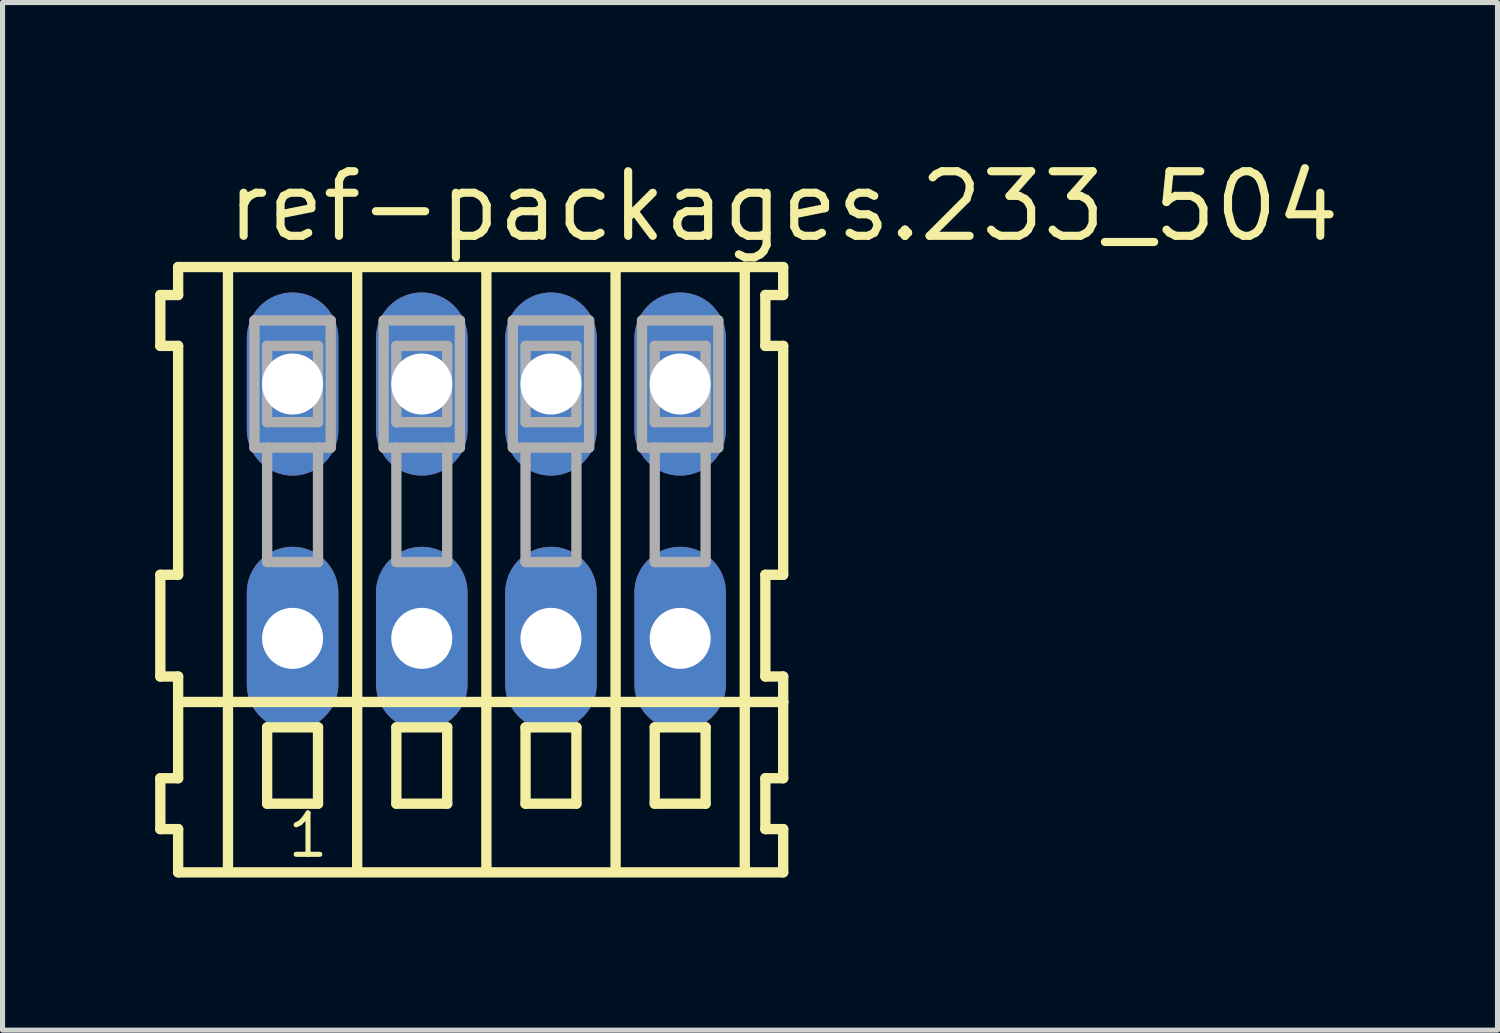
<source format=kicad_pcb>
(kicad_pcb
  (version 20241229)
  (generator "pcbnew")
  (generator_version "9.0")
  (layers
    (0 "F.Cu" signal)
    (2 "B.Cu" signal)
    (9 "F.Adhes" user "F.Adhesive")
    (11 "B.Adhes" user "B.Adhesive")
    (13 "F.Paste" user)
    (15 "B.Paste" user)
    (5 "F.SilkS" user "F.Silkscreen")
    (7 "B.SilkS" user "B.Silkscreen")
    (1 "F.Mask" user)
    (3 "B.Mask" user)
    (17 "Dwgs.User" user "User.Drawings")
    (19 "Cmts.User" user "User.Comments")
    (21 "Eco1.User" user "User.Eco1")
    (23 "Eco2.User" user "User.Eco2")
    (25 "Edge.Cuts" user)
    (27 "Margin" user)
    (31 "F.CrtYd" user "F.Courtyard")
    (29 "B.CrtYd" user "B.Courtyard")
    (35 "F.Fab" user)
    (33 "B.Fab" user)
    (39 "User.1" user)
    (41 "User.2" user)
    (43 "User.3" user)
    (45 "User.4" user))
  (footprint "ref-packages.233_504"
    (layer "F.Cu")
    (at 6.512 7)
    (property "Reference" "ref-packages.233_504" (at -5.18 -5.25 0) (layer "F.SilkS") (effects (font (size 1.27 1.27) (thickness 0.16)) (justify left bottom)))
    (attr through_hole)
    (fp_line (start -6.41 -4.25) (end -6.41 -3.25) (stroke (width 0.203) (type default)) (layer "F.SilkS"))
    (fp_line (start -6.41 -3.25) (end -6.06 -3.25) (stroke (width 0.203) (type default)) (layer "F.SilkS"))
    (fp_line (start -6.41 1.25) (end -6.41 3.25) (stroke (width 0.203) (type default)) (layer "F.SilkS"))
    (fp_line (start -6.41 3.25) (end -6.06 3.25) (stroke (width 0.203) (type default)) (layer "F.SilkS"))
    (fp_line (start -6.41 5.25) (end -6.41 6.25) (stroke (width 0.203) (type default)) (layer "F.SilkS"))
    (fp_line (start -6.41 6.25) (end -6.06 6.25) (stroke (width 0.203) (type default)) (layer "F.SilkS"))
    (fp_line (start -6.06 -4.8) (end -6.06 -4.25) (stroke (width 0.203) (type default)) (layer "F.SilkS"))
    (fp_line (start -6.06 -4.25) (end -6.41 -4.25) (stroke (width 0.203) (type default)) (layer "F.SilkS"))
    (fp_line (start -6.06 -3.25) (end -6.06 1.25) (stroke (width 0.203) (type default)) (layer "F.SilkS"))
    (fp_line (start -6.06 1.25) (end -6.41 1.25) (stroke (width 0.203) (type default)) (layer "F.SilkS"))
    (fp_line (start -6.06 3.25) (end -6.06 5.25) (stroke (width 0.203) (type default)) (layer "F.SilkS"))
    (fp_line (start -6.06 3.75) (end 5.835 3.75) (stroke (width 0.203) (type default)) (layer "F.SilkS"))
    (fp_line (start -6.06 5.25) (end -6.41 5.25) (stroke (width 0.203) (type default)) (layer "F.SilkS"))
    (fp_line (start -6.06 6.25) (end -6.06 7.1) (stroke (width 0.203) (type default)) (layer "F.SilkS"))
    (fp_line (start -6.06 7.1) (end 5.835 7.1) (stroke (width 0.203) (type default)) (layer "F.SilkS"))
    (fp_line (start -5.08 6.985) (end -5.08 -4.699) (stroke (width 0.203) (type default)) (layer "F.SilkS"))
    (fp_line (start -4.31 4.25) (end -4.31 5.75) (stroke (width 0.203) (type default)) (layer "F.SilkS"))
    (fp_line (start -4.31 5.75) (end -3.31 5.75) (stroke (width 0.203) (type default)) (layer "F.SilkS"))
    (fp_line (start -3.31 4.25) (end -4.31 4.25) (stroke (width 0.203) (type default)) (layer "F.SilkS"))
    (fp_line (start -3.31 5.75) (end -3.31 4.25) (stroke (width 0.203) (type default)) (layer "F.SilkS"))
    (fp_line (start -2.54 6.985) (end -2.54 -4.699) (stroke (width 0.203) (type default)) (layer "F.SilkS"))
    (fp_line (start -1.77 4.25) (end -1.77 5.75) (stroke (width 0.203) (type default)) (layer "F.SilkS"))
    (fp_line (start -1.77 5.75) (end -0.77 5.75) (stroke (width 0.203) (type default)) (layer "F.SilkS"))
    (fp_line (start -0.77 4.25) (end -1.77 4.25) (stroke (width 0.203) (type default)) (layer "F.SilkS"))
    (fp_line (start -0.77 5.75) (end -0.77 4.25) (stroke (width 0.203) (type default)) (layer "F.SilkS"))
    (fp_line (start 0 6.985) (end 0 -4.699) (stroke (width 0.203) (type default)) (layer "F.SilkS"))
    (fp_line (start 0.77 4.25) (end 0.77 5.75) (stroke (width 0.203) (type default)) (layer "F.SilkS"))
    (fp_line (start 0.77 5.75) (end 1.77 5.75) (stroke (width 0.203) (type default)) (layer "F.SilkS"))
    (fp_line (start 1.77 4.25) (end 0.77 4.25) (stroke (width 0.203) (type default)) (layer "F.SilkS"))
    (fp_line (start 1.77 5.75) (end 1.77 4.25) (stroke (width 0.203) (type default)) (layer "F.SilkS"))
    (fp_line (start 2.54 6.985) (end 2.54 -4.699) (stroke (width 0.203) (type default)) (layer "F.SilkS"))
    (fp_line (start 3.31 4.25) (end 3.31 5.75) (stroke (width 0.203) (type default)) (layer "F.SilkS"))
    (fp_line (start 3.31 5.75) (end 4.31 5.75) (stroke (width 0.203) (type default)) (layer "F.SilkS"))
    (fp_line (start 4.31 4.25) (end 3.31 4.25) (stroke (width 0.203) (type default)) (layer "F.SilkS"))
    (fp_line (start 4.31 5.75) (end 4.31 4.25) (stroke (width 0.203) (type default)) (layer "F.SilkS"))
    (fp_line (start 5.08 6.985) (end 5.08 -4.699) (stroke (width 0.203) (type default)) (layer "F.SilkS"))
    (fp_line (start 5.485 -4.25) (end 5.485 -3.25) (stroke (width 0.203) (type default)) (layer "F.SilkS"))
    (fp_line (start 5.485 -3.25) (end 5.835 -3.25) (stroke (width 0.203) (type default)) (layer "F.SilkS"))
    (fp_line (start 5.485 1.25) (end 5.485 3.25) (stroke (width 0.203) (type default)) (layer "F.SilkS"))
    (fp_line (start 5.485 3.25) (end 5.835 3.25) (stroke (width 0.203) (type default)) (layer "F.SilkS"))
    (fp_line (start 5.485 5.25) (end 5.485 6.25) (stroke (width 0.203) (type default)) (layer "F.SilkS"))
    (fp_line (start 5.485 6.25) (end 5.835 6.25) (stroke (width 0.203) (type default)) (layer "F.SilkS"))
    (fp_line (start 5.835 -4.8) (end -6.06 -4.8) (stroke (width 0.203) (type default)) (layer "F.SilkS"))
    (fp_line (start 5.835 -4.25) (end 5.485 -4.25) (stroke (width 0.203) (type default)) (layer "F.SilkS"))
    (fp_line (start 5.835 -4.25) (end 5.835 -4.8) (stroke (width 0.203) (type default)) (layer "F.SilkS"))
    (fp_line (start 5.835 1.25) (end 5.485 1.25) (stroke (width 0.203) (type default)) (layer "F.SilkS"))
    (fp_line (start 5.835 1.25) (end 5.835 -3.25) (stroke (width 0.203) (type default)) (layer "F.SilkS"))
    (fp_line (start 5.835 3.75) (end 5.835 3.25) (stroke (width 0.203) (type default)) (layer "F.SilkS"))
    (fp_line (start 5.835 5.25) (end 5.485 5.25) (stroke (width 0.203) (type default)) (layer "F.SilkS"))
    (fp_line (start 5.835 5.25) (end 5.835 3.75) (stroke (width 0.203) (type default)) (layer "F.SilkS"))
    (fp_line (start 5.835 7.1) (end 5.835 6.25) (stroke (width 0.203) (type default)) (layer "F.SilkS"))
    (fp_line (start -4.56 -3.75) (end -4.56 -1.25) (stroke (width 0.203) (type default)) (layer "F.Fab"))
    (fp_line (start -4.56 -1.25) (end -4.31 -1.25) (stroke (width 0.203) (type default)) (layer "F.Fab"))
    (fp_line (start -4.31 -3.25) (end -4.31 -1.75) (stroke (width 0.203) (type default)) (layer "F.Fab"))
    (fp_line (start -4.31 -1.75) (end -3.31 -1.75) (stroke (width 0.203) (type default)) (layer "F.Fab"))
    (fp_line (start -4.31 -1.25) (end -4.31 1) (stroke (width 0.203) (type default)) (layer "F.Fab"))
    (fp_line (start -4.31 -1.25) (end -3.31 -1.25) (stroke (width 0.203) (type default)) (layer "F.Fab"))
    (fp_line (start -4.31 1) (end -3.31 1) (stroke (width 0.203) (type default)) (layer "F.Fab"))
    (fp_line (start -3.31 -3.25) (end -4.31 -3.25) (stroke (width 0.203) (type default)) (layer "F.Fab"))
    (fp_line (start -3.31 -1.75) (end -3.31 -3.25) (stroke (width 0.203) (type default)) (layer "F.Fab"))
    (fp_line (start -3.31 -1.25) (end -3.06 -1.25) (stroke (width 0.203) (type default)) (layer "F.Fab"))
    (fp_line (start -3.31 1) (end -3.31 -1.25) (stroke (width 0.203) (type default)) (layer "F.Fab"))
    (fp_line (start -3.06 -3.75) (end -4.56 -3.75) (stroke (width 0.203) (type default)) (layer "F.Fab"))
    (fp_line (start -3.06 -1.25) (end -3.06 -3.75) (stroke (width 0.203) (type default)) (layer "F.Fab"))
    (fp_line (start -2.02 -3.75) (end -2.02 -1.25) (stroke (width 0.203) (type default)) (layer "F.Fab"))
    (fp_line (start -2.02 -1.25) (end -1.77 -1.25) (stroke (width 0.203) (type default)) (layer "F.Fab"))
    (fp_line (start -1.77 -3.25) (end -1.77 -1.75) (stroke (width 0.203) (type default)) (layer "F.Fab"))
    (fp_line (start -1.77 -1.75) (end -0.77 -1.75) (stroke (width 0.203) (type default)) (layer "F.Fab"))
    (fp_line (start -1.77 -1.25) (end -1.77 1) (stroke (width 0.203) (type default)) (layer "F.Fab"))
    (fp_line (start -1.77 -1.25) (end -0.77 -1.25) (stroke (width 0.203) (type default)) (layer "F.Fab"))
    (fp_line (start -1.77 1) (end -0.77 1) (stroke (width 0.203) (type default)) (layer "F.Fab"))
    (fp_line (start -0.77 -3.25) (end -1.77 -3.25) (stroke (width 0.203) (type default)) (layer "F.Fab"))
    (fp_line (start -0.77 -1.75) (end -0.77 -3.25) (stroke (width 0.203) (type default)) (layer "F.Fab"))
    (fp_line (start -0.77 -1.25) (end -0.52 -1.25) (stroke (width 0.203) (type default)) (layer "F.Fab"))
    (fp_line (start -0.77 1) (end -0.77 -1.25) (stroke (width 0.203) (type default)) (layer "F.Fab"))
    (fp_line (start -0.52 -3.75) (end -2.02 -3.75) (stroke (width 0.203) (type default)) (layer "F.Fab"))
    (fp_line (start -0.52 -1.25) (end -0.52 -3.75) (stroke (width 0.203) (type default)) (layer "F.Fab"))
    (fp_line (start 0.52 -3.75) (end 0.52 -1.25) (stroke (width 0.203) (type default)) (layer "F.Fab"))
    (fp_line (start 0.52 -1.25) (end 0.77 -1.25) (stroke (width 0.203) (type default)) (layer "F.Fab"))
    (fp_line (start 0.77 -3.25) (end 0.77 -1.75) (stroke (width 0.203) (type default)) (layer "F.Fab"))
    (fp_line (start 0.77 -1.75) (end 1.77 -1.75) (stroke (width 0.203) (type default)) (layer "F.Fab"))
    (fp_line (start 0.77 -1.25) (end 0.77 1) (stroke (width 0.203) (type default)) (layer "F.Fab"))
    (fp_line (start 0.77 -1.25) (end 1.77 -1.25) (stroke (width 0.203) (type default)) (layer "F.Fab"))
    (fp_line (start 0.77 1) (end 1.77 1) (stroke (width 0.203) (type default)) (layer "F.Fab"))
    (fp_line (start 1.77 -3.25) (end 0.77 -3.25) (stroke (width 0.203) (type default)) (layer "F.Fab"))
    (fp_line (start 1.77 -1.75) (end 1.77 -3.25) (stroke (width 0.203) (type default)) (layer "F.Fab"))
    (fp_line (start 1.77 -1.25) (end 2.02 -1.25) (stroke (width 0.203) (type default)) (layer "F.Fab"))
    (fp_line (start 1.77 1) (end 1.77 -1.25) (stroke (width 0.203) (type default)) (layer "F.Fab"))
    (fp_line (start 2.02 -3.75) (end 0.52 -3.75) (stroke (width 0.203) (type default)) (layer "F.Fab"))
    (fp_line (start 2.02 -1.25) (end 2.02 -3.75) (stroke (width 0.203) (type default)) (layer "F.Fab"))
    (fp_line (start 3.06 -3.75) (end 3.06 -1.25) (stroke (width 0.203) (type default)) (layer "F.Fab"))
    (fp_line (start 3.06 -1.25) (end 3.31 -1.25) (stroke (width 0.203) (type default)) (layer "F.Fab"))
    (fp_line (start 3.31 -3.25) (end 3.31 -1.75) (stroke (width 0.203) (type default)) (layer "F.Fab"))
    (fp_line (start 3.31 -1.75) (end 4.31 -1.75) (stroke (width 0.203) (type default)) (layer "F.Fab"))
    (fp_line (start 3.31 -1.25) (end 3.31 1) (stroke (width 0.203) (type default)) (layer "F.Fab"))
    (fp_line (start 3.31 -1.25) (end 4.31 -1.25) (stroke (width 0.203) (type default)) (layer "F.Fab"))
    (fp_line (start 3.31 1) (end 4.31 1) (stroke (width 0.203) (type default)) (layer "F.Fab"))
    (fp_line (start 4.31 -3.25) (end 3.31 -3.25) (stroke (width 0.203) (type default)) (layer "F.Fab"))
    (fp_line (start 4.31 -1.75) (end 4.31 -3.25) (stroke (width 0.203) (type default)) (layer "F.Fab"))
    (fp_line (start 4.31 -1.25) (end 4.56 -1.25) (stroke (width 0.203) (type default)) (layer "F.Fab"))
    (fp_line (start 4.31 1) (end 4.31 -1.25) (stroke (width 0.203) (type default)) (layer "F.Fab"))
    (fp_line (start 4.56 -3.75) (end 3.06 -3.75) (stroke (width 0.203) (type default)) (layer "F.Fab"))
    (fp_line (start 4.56 -1.25) (end 4.56 -3.75) (stroke (width 0.203) (type default)) (layer "F.Fab"))
    (fp_text user "1" (at -3.96 6.85 0) (layer "F.SilkS") (effects (font (size 0.813 0.813) (thickness 0.1)) (justify left bottom)))
    (pad "A1" thru_hole oval (at -3.81 -2.5 90) (size 3.6 1.8) (drill 1.2) (layers "*.Cu" "*.Mask"))
    (pad "A2" thru_hole oval (at -1.27 -2.5 90) (size 3.6 1.8) (drill 1.2) (layers "*.Cu" "*.Mask"))
    (pad "A3" thru_hole oval (at 1.27 -2.5 90) (size 3.6 1.8) (drill 1.2) (layers "*.Cu" "*.Mask"))
    (pad "A4" thru_hole oval (at 3.81 -2.5 90) (size 3.6 1.8) (drill 1.2) (layers "*.Cu" "*.Mask"))
    (pad "B1" thru_hole oval (at -3.81 2.5 90) (size 3.6 1.8) (drill 1.2) (layers "*.Cu" "*.Mask"))
    (pad "B2" thru_hole oval (at -1.27 2.5 90) (size 3.6 1.8) (drill 1.2) (layers "*.Cu" "*.Mask"))
    (pad "B3" thru_hole oval (at 1.27 2.5 90) (size 3.6 1.8) (drill 1.2) (layers "*.Cu" "*.Mask"))
    (pad "B4" thru_hole oval (at 3.81 2.5 90) (size 3.6 1.8) (drill 1.2) (layers "*.Cu" "*.Mask")))
  (gr_rect
    (start -3 -3)
    (end 26.39 17.202)
    (stroke (width 0.1) (type default))
    (fill no)
    (layer "Edge.Cuts")))
</source>
